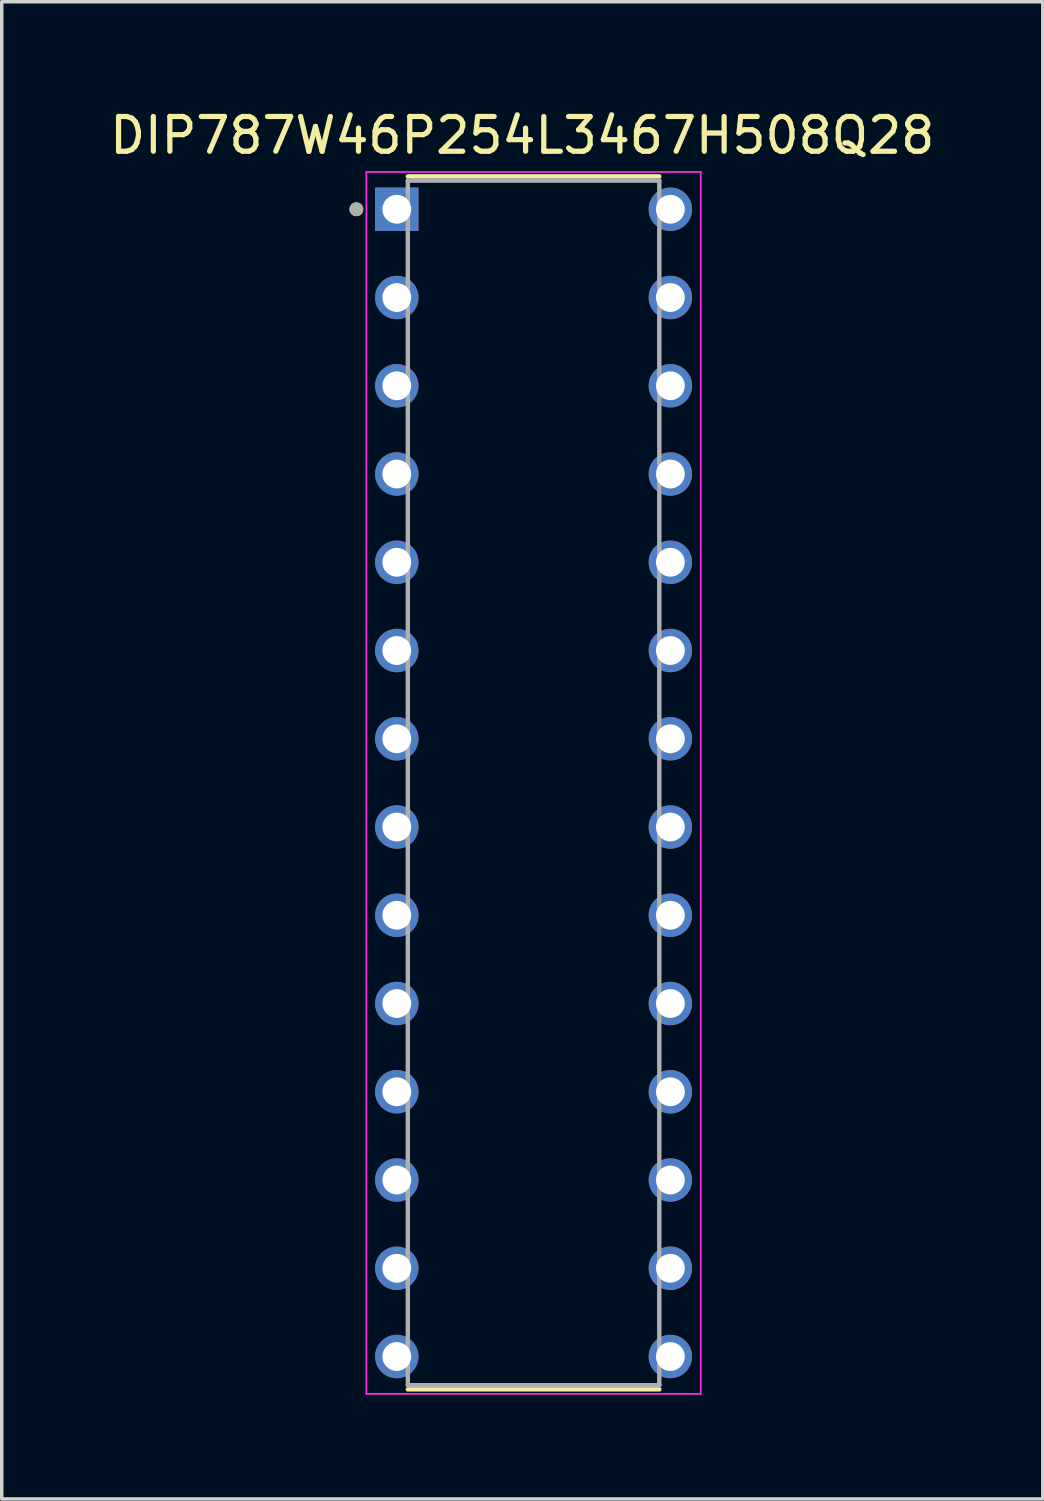
<source format=kicad_pcb>
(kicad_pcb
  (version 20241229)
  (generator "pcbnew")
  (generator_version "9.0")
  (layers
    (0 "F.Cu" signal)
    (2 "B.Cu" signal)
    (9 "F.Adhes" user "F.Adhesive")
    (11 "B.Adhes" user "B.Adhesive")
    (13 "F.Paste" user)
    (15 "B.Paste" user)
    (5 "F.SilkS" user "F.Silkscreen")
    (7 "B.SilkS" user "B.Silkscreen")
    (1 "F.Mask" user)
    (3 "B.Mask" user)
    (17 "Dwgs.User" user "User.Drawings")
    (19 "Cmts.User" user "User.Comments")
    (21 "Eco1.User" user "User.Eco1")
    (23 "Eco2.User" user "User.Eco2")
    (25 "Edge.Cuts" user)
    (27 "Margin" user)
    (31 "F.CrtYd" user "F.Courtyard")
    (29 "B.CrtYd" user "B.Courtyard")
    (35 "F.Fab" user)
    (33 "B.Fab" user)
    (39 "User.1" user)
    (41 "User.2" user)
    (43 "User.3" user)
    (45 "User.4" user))
  (footprint "DIP787W46P254L3467H508Q28"
    (layer "F.Cu")
    (at 12.307 19.483)
    (property "Reference" "DIP787W46P254L3467H508Q28" (at -0.325 -18.635 0) (layer "F.SilkS") (effects (font (size 1 1) (thickness 0.15))))
    (attr through_hole)
    (fp_line (start -3.619 -17.455) (end 3.619 -17.455) (stroke (width 0.127) (type solid)) (layer "F.SilkS"))
    (fp_line (start -3.619 17.455) (end 3.619 17.455) (stroke (width 0.127) (type solid)) (layer "F.SilkS"))
    (fp_circle (center -5.1 -16.51) (end -5 -16.51) (stroke (width 0.2) (type solid)) (fill no) (layer "F.SilkS"))
    (fp_line (start -4.812 -17.585) (end -4.812 17.585) (stroke (width 0.05) (type solid)) (layer "F.CrtYd"))
    (fp_line (start 4.812 -17.585) (end -4.812 -17.585) (stroke (width 0.05) (type solid)) (layer "F.CrtYd"))
    (fp_line (start 4.812 -17.585) (end 4.812 17.585) (stroke (width 0.05) (type solid)) (layer "F.CrtYd"))
    (fp_line (start 4.812 17.585) (end -4.812 17.585) (stroke (width 0.05) (type solid)) (layer "F.CrtYd"))
    (fp_line (start -3.619 -17.335) (end -3.619 17.335) (stroke (width 0.127) (type solid)) (layer "F.Fab"))
    (fp_line (start -3.619 -17.335) (end 3.619 -17.335) (stroke (width 0.127) (type solid)) (layer "F.Fab"))
    (fp_line (start -3.619 17.335) (end 3.619 17.335) (stroke (width 0.127) (type solid)) (layer "F.Fab"))
    (fp_line (start 3.619 -17.335) (end 3.619 17.335) (stroke (width 0.127) (type solid)) (layer "F.Fab"))
    (fp_circle (center -5.1 -16.51) (end -5 -16.51) (stroke (width 0.2) (type solid)) (fill no) (layer "F.Fab"))
    (pad "1" thru_hole rect (at -3.937 -16.51) (size 1.25 1.25) (drill 0.83) (layers "*.Cu" "*.Mask"))
    (pad "2" thru_hole circle (at -3.937 -13.97) (size 1.25 1.25) (drill 0.83) (layers "*.Cu" "*.Mask"))
    (pad "3" thru_hole circle (at -3.937 -11.43) (size 1.25 1.25) (drill 0.83) (layers "*.Cu" "*.Mask"))
    (pad "4" thru_hole circle (at -3.937 -8.89) (size 1.25 1.25) (drill 0.83) (layers "*.Cu" "*.Mask"))
    (pad "5" thru_hole circle (at -3.937 -6.35) (size 1.25 1.25) (drill 0.83) (layers "*.Cu" "*.Mask"))
    (pad "6" thru_hole circle (at -3.937 -3.81) (size 1.25 1.25) (drill 0.83) (layers "*.Cu" "*.Mask"))
    (pad "7" thru_hole circle (at -3.937 -1.27) (size 1.25 1.25) (drill 0.83) (layers "*.Cu" "*.Mask"))
    (pad "8" thru_hole circle (at -3.937 1.27) (size 1.25 1.25) (drill 0.83) (layers "*.Cu" "*.Mask"))
    (pad "9" thru_hole circle (at -3.937 3.81) (size 1.25 1.25) (drill 0.83) (layers "*.Cu" "*.Mask"))
    (pad "10" thru_hole circle (at -3.937 6.35) (size 1.25 1.25) (drill 0.83) (layers "*.Cu" "*.Mask"))
    (pad "11" thru_hole circle (at -3.937 8.89) (size 1.25 1.25) (drill 0.83) (layers "*.Cu" "*.Mask"))
    (pad "12" thru_hole circle (at -3.937 11.43) (size 1.25 1.25) (drill 0.83) (layers "*.Cu" "*.Mask"))
    (pad "13" thru_hole circle (at -3.937 13.97) (size 1.25 1.25) (drill 0.83) (layers "*.Cu" "*.Mask"))
    (pad "14" thru_hole circle (at -3.937 16.51) (size 1.25 1.25) (drill 0.83) (layers "*.Cu" "*.Mask"))
    (pad "15" thru_hole circle (at 3.937 16.51) (size 1.25 1.25) (drill 0.83) (layers "*.Cu" "*.Mask"))
    (pad "16" thru_hole circle (at 3.937 13.97) (size 1.25 1.25) (drill 0.83) (layers "*.Cu" "*.Mask"))
    (pad "17" thru_hole circle (at 3.937 11.43) (size 1.25 1.25) (drill 0.83) (layers "*.Cu" "*.Mask"))
    (pad "18" thru_hole circle (at 3.937 8.89) (size 1.25 1.25) (drill 0.83) (layers "*.Cu" "*.Mask"))
    (pad "19" thru_hole circle (at 3.937 6.35) (size 1.25 1.25) (drill 0.83) (layers "*.Cu" "*.Mask"))
    (pad "20" thru_hole circle (at 3.937 3.81) (size 1.25 1.25) (drill 0.83) (layers "*.Cu" "*.Mask"))
    (pad "21" thru_hole circle (at 3.937 1.27) (size 1.25 1.25) (drill 0.83) (layers "*.Cu" "*.Mask"))
    (pad "22" thru_hole circle (at 3.937 -1.27) (size 1.25 1.25) (drill 0.83) (layers "*.Cu" "*.Mask"))
    (pad "23" thru_hole circle (at 3.937 -3.81) (size 1.25 1.25) (drill 0.83) (layers "*.Cu" "*.Mask"))
    (pad "24" thru_hole circle (at 3.937 -6.35) (size 1.25 1.25) (drill 0.83) (layers "*.Cu" "*.Mask"))
    (pad "25" thru_hole circle (at 3.937 -8.89) (size 1.25 1.25) (drill 0.83) (layers "*.Cu" "*.Mask"))
    (pad "26" thru_hole circle (at 3.937 -11.43) (size 1.25 1.25) (drill 0.83) (layers "*.Cu" "*.Mask"))
    (pad "27" thru_hole circle (at 3.937 -13.97) (size 1.25 1.25) (drill 0.83) (layers "*.Cu" "*.Mask"))
    (pad "28" thru_hole circle (at 3.937 -16.51) (size 1.25 1.25) (drill 0.83) (layers "*.Cu" "*.Mask")))
  (gr_rect
    (start -3 -3)
    (end 26.964 40.093)
    (stroke (width 0.1) (type default))
    (fill no)
    (layer "Edge.Cuts")))
</source>
